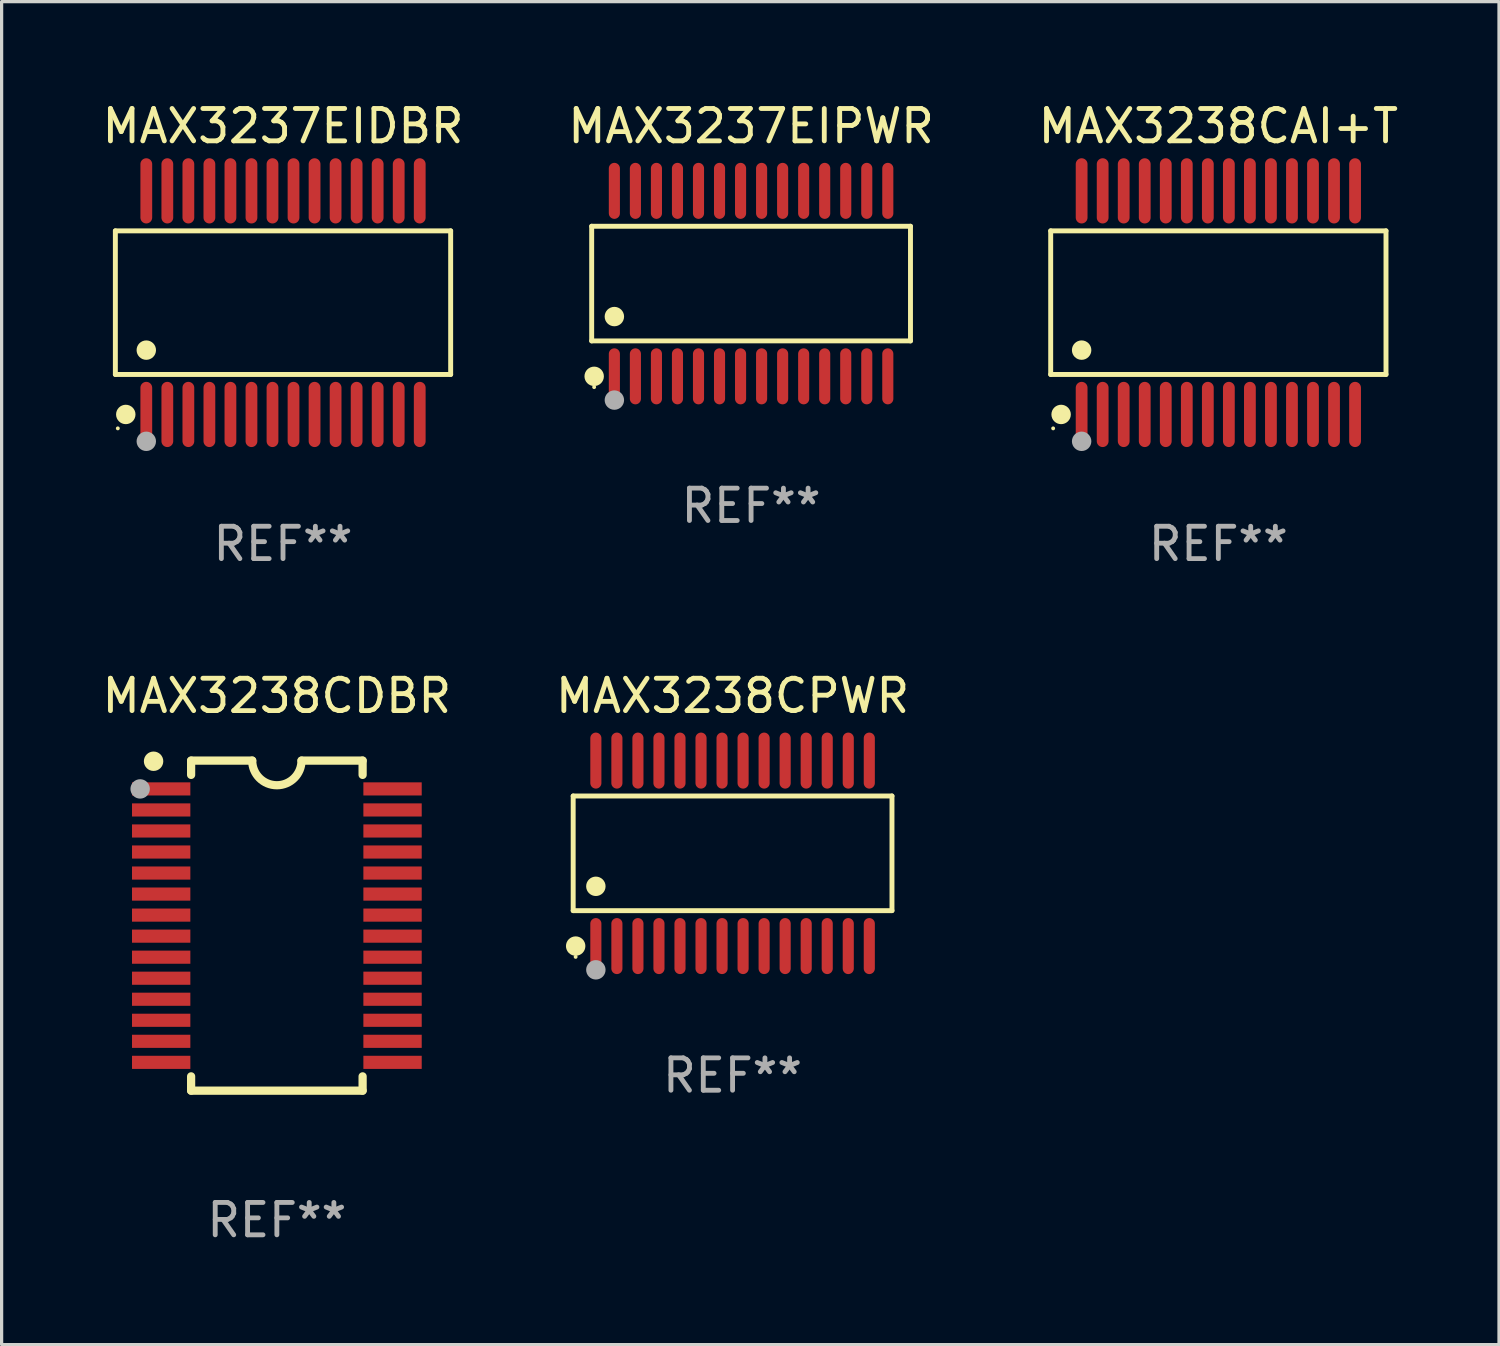
<source format=kicad_pcb>
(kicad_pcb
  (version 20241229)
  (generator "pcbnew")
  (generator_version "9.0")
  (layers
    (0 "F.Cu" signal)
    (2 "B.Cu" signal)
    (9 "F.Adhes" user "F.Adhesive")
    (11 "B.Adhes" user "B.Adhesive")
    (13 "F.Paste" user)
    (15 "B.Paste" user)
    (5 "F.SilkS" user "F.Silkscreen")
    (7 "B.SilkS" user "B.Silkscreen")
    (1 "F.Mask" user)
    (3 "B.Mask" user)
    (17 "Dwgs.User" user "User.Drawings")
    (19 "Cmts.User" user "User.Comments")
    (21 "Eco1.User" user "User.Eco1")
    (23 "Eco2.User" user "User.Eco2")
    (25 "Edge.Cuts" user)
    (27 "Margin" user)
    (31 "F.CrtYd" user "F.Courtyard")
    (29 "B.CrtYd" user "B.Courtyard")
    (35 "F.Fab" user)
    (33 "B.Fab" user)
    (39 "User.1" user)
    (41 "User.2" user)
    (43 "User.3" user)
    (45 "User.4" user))
  (footprint "MAX3238CPWR"
    (layer "F.Cu")
    (at 19.589 23.321)
    (property "Reference" "MAX3238CPWR" (at 0 -4.866 0) (layer "F.SilkS") (effects (font (size 1 1) (thickness 0.15))))
    (attr through_hole)
    (fp_line (start -4.926 -1.772) (end 4.926 -1.772) (stroke (width 0.152) (type solid)) (layer "F.SilkS"))
    (fp_line (start -4.926 1.771) (end -4.926 -1.772) (stroke (width 0.152) (type solid)) (layer "F.SilkS"))
    (fp_line (start 4.926 -1.772) (end 4.926 1.771) (stroke (width 0.152) (type solid)) (layer "F.SilkS"))
    (fp_line (start 4.926 1.771) (end -4.926 1.771) (stroke (width 0.152) (type solid)) (layer "F.SilkS"))
    (fp_circle (center -4.85 3.2) (end -4.82 3.2) (stroke (width 0.06) (type solid)) (fill no) (layer "F.SilkS"))
    (fp_circle (center -4.849 2.866) (end -4.699 2.866) (stroke (width 0.3) (type solid)) (fill no) (layer "F.SilkS"))
    (fp_circle (center -4.225 1.019) (end -4.075 1.019) (stroke (width 0.3) (type solid)) (fill no) (layer "F.SilkS"))
    (fp_circle (center -4.225 3.6) (end -4.075 3.6) (stroke (width 0.3) (type solid)) (fill no) (layer "F.Fab"))
    (fp_text user "REF**" (at 0 6.866 0) (layer "F.Fab") (effects (font (size 1 1) (thickness 0.15))))
    (pad "1" smd oval (at -4.225 2.866) (size 0.343 1.731) (layers "F.Cu" "F.Mask" "F.Paste"))
    (pad "2" smd oval (at -3.575 2.866) (size 0.343 1.731) (layers "F.Cu" "F.Mask" "F.Paste"))
    (pad "3" smd oval (at -2.925 2.866) (size 0.343 1.731) (layers "F.Cu" "F.Mask" "F.Paste"))
    (pad "4" smd oval (at -2.275 2.866) (size 0.343 1.731) (layers "F.Cu" "F.Mask" "F.Paste"))
    (pad "5" smd oval (at -1.625 2.866) (size 0.343 1.731) (layers "F.Cu" "F.Mask" "F.Paste"))
    (pad "6" smd oval (at -0.975 2.866) (size 0.343 1.731) (layers "F.Cu" "F.Mask" "F.Paste"))
    (pad "7" smd oval (at -0.325 2.866) (size 0.343 1.731) (layers "F.Cu" "F.Mask" "F.Paste"))
    (pad "8" smd oval (at 0.325 2.866) (size 0.343 1.731) (layers "F.Cu" "F.Mask" "F.Paste"))
    (pad "9" smd oval (at 0.975 2.866) (size 0.343 1.731) (layers "F.Cu" "F.Mask" "F.Paste"))
    (pad "10" smd oval (at 1.625 2.866) (size 0.343 1.731) (layers "F.Cu" "F.Mask" "F.Paste"))
    (pad "11" smd oval (at 2.275 2.866) (size 0.343 1.731) (layers "F.Cu" "F.Mask" "F.Paste"))
    (pad "12" smd oval (at 2.925 2.866) (size 0.343 1.731) (layers "F.Cu" "F.Mask" "F.Paste"))
    (pad "13" smd oval (at 3.575 2.866) (size 0.343 1.731) (layers "F.Cu" "F.Mask" "F.Paste"))
    (pad "14" smd oval (at 4.225 2.866) (size 0.343 1.731) (layers "F.Cu" "F.Mask" "F.Paste"))
    (pad "15" smd oval (at 4.225 -2.866) (size 0.343 1.731) (layers "F.Cu" "F.Mask" "F.Paste"))
    (pad "16" smd oval (at 3.575 -2.866) (size 0.343 1.731) (layers "F.Cu" "F.Mask" "F.Paste"))
    (pad "17" smd oval (at 2.925 -2.866) (size 0.343 1.731) (layers "F.Cu" "F.Mask" "F.Paste"))
    (pad "18" smd oval (at 2.275 -2.866) (size 0.343 1.731) (layers "F.Cu" "F.Mask" "F.Paste"))
    (pad "19" smd oval (at 1.625 -2.866) (size 0.343 1.731) (layers "F.Cu" "F.Mask" "F.Paste"))
    (pad "20" smd oval (at 0.975 -2.866) (size 0.343 1.731) (layers "F.Cu" "F.Mask" "F.Paste"))
    (pad "21" smd oval (at 0.325 -2.866) (size 0.343 1.731) (layers "F.Cu" "F.Mask" "F.Paste"))
    (pad "22" smd oval (at -0.325 -2.866) (size 0.343 1.731) (layers "F.Cu" "F.Mask" "F.Paste"))
    (pad "23" smd oval (at -0.975 -2.866) (size 0.343 1.731) (layers "F.Cu" "F.Mask" "F.Paste"))
    (pad "24" smd oval (at -1.625 -2.866) (size 0.343 1.731) (layers "F.Cu" "F.Mask" "F.Paste"))
    (pad "25" smd oval (at -2.275 -2.866) (size 0.343 1.731) (layers "F.Cu" "F.Mask" "F.Paste"))
    (pad "26" smd oval (at -2.925 -2.866) (size 0.343 1.731) (layers "F.Cu" "F.Mask" "F.Paste"))
    (pad "27" smd oval (at -3.575 -2.866) (size 0.343 1.731) (layers "F.Cu" "F.Mask" "F.Paste"))
    (pad "28" smd oval (at -4.225 -2.866) (size 0.343 1.731) (layers "F.Cu" "F.Mask" "F.Paste")))
  (footprint "MAX3238CAI+T"
    (layer "F.Cu")
    (at 34.601 6.303)
    (property "Reference" "MAX3238CAI+T" (at 0 -5.455 0) (layer "F.SilkS") (effects (font (size 1 1) (thickness 0.15))))
    (attr through_hole)
    (fp_line (start -5.181 -2.219) (end 5.181 -2.219) (stroke (width 0.152) (type solid)) (layer "F.SilkS"))
    (fp_line (start -5.181 2.219) (end -5.181 -2.219) (stroke (width 0.152) (type solid)) (layer "F.SilkS"))
    (fp_line (start 5.181 -2.219) (end 5.181 2.219) (stroke (width 0.152) (type solid)) (layer "F.SilkS"))
    (fp_line (start 5.181 2.219) (end -5.181 2.219) (stroke (width 0.152) (type solid)) (layer "F.SilkS"))
    (fp_circle (center -5.105 3.885) (end -5.075 3.885) (stroke (width 0.06) (type solid)) (fill no) (layer "F.SilkS"))
    (fp_circle (center -4.859 3.455) (end -4.709 3.455) (stroke (width 0.3) (type solid)) (fill no) (layer "F.SilkS"))
    (fp_circle (center -4.225 1.467) (end -4.075 1.467) (stroke (width 0.3) (type solid)) (fill no) (layer "F.SilkS"))
    (fp_circle (center -4.225 4.285) (end -4.075 4.285) (stroke (width 0.3) (type solid)) (fill no) (layer "F.Fab"))
    (fp_text user "REF**" (at 0 7.455 0) (layer "F.Fab") (effects (font (size 1 1) (thickness 0.15))))
    (pad "1" smd oval (at -4.225 3.455) (size 0.364 2.015) (layers "F.Cu" "F.Mask" "F.Paste"))
    (pad "2" smd oval (at -3.575 3.455) (size 0.364 2.015) (layers "F.Cu" "F.Mask" "F.Paste"))
    (pad "3" smd oval (at -2.925 3.455) (size 0.364 2.015) (layers "F.Cu" "F.Mask" "F.Paste"))
    (pad "4" smd oval (at -2.275 3.455) (size 0.364 2.015) (layers "F.Cu" "F.Mask" "F.Paste"))
    (pad "5" smd oval (at -1.625 3.455) (size 0.364 2.015) (layers "F.Cu" "F.Mask" "F.Paste"))
    (pad "6" smd oval (at -0.975 3.455) (size 0.364 2.015) (layers "F.Cu" "F.Mask" "F.Paste"))
    (pad "7" smd oval (at -0.325 3.455) (size 0.364 2.015) (layers "F.Cu" "F.Mask" "F.Paste"))
    (pad "8" smd oval (at 0.325 3.455) (size 0.364 2.015) (layers "F.Cu" "F.Mask" "F.Paste"))
    (pad "9" smd oval (at 0.975 3.455) (size 0.364 2.015) (layers "F.Cu" "F.Mask" "F.Paste"))
    (pad "10" smd oval (at 1.625 3.455) (size 0.364 2.015) (layers "F.Cu" "F.Mask" "F.Paste"))
    (pad "11" smd oval (at 2.275 3.455) (size 0.364 2.015) (layers "F.Cu" "F.Mask" "F.Paste"))
    (pad "12" smd oval (at 2.925 3.455) (size 0.364 2.015) (layers "F.Cu" "F.Mask" "F.Paste"))
    (pad "13" smd oval (at 3.575 3.455) (size 0.364 2.015) (layers "F.Cu" "F.Mask" "F.Paste"))
    (pad "14" smd oval (at 4.225 3.455) (size 0.364 2.015) (layers "F.Cu" "F.Mask" "F.Paste"))
    (pad "15" smd oval (at 4.225 -3.455) (size 0.364 2.015) (layers "F.Cu" "F.Mask" "F.Paste"))
    (pad "16" smd oval (at 3.575 -3.455) (size 0.364 2.015) (layers "F.Cu" "F.Mask" "F.Paste"))
    (pad "17" smd oval (at 2.925 -3.455) (size 0.364 2.015) (layers "F.Cu" "F.Mask" "F.Paste"))
    (pad "18" smd oval (at 2.275 -3.455) (size 0.364 2.015) (layers "F.Cu" "F.Mask" "F.Paste"))
    (pad "19" smd oval (at 1.625 -3.455) (size 0.364 2.015) (layers "F.Cu" "F.Mask" "F.Paste"))
    (pad "20" smd oval (at 0.975 -3.455) (size 0.364 2.015) (layers "F.Cu" "F.Mask" "F.Paste"))
    (pad "21" smd oval (at 0.325 -3.455) (size 0.364 2.015) (layers "F.Cu" "F.Mask" "F.Paste"))
    (pad "22" smd oval (at -0.325 -3.455) (size 0.364 2.015) (layers "F.Cu" "F.Mask" "F.Paste"))
    (pad "23" smd oval (at -0.975 -3.455) (size 0.364 2.015) (layers "F.Cu" "F.Mask" "F.Paste"))
    (pad "24" smd oval (at -1.625 -3.455) (size 0.364 2.015) (layers "F.Cu" "F.Mask" "F.Paste"))
    (pad "25" smd oval (at -2.275 -3.455) (size 0.364 2.015) (layers "F.Cu" "F.Mask" "F.Paste"))
    (pad "26" smd oval (at -2.925 -3.455) (size 0.364 2.015) (layers "F.Cu" "F.Mask" "F.Paste"))
    (pad "27" smd oval (at -3.575 -3.455) (size 0.364 2.015) (layers "F.Cu" "F.Mask" "F.Paste"))
    (pad "28" smd oval (at -4.225 -3.455) (size 0.364 2.015) (layers "F.Cu" "F.Mask" "F.Paste")))
  (footprint "MAX3237EIPWR"
    (layer "F.Cu")
    (at 20.161 5.714)
    (property "Reference" "MAX3237EIPWR" (at 0 -4.866 0) (layer "F.SilkS") (effects (font (size 1 1) (thickness 0.15))))
    (attr through_hole)
    (fp_line (start -4.926 -1.772) (end 4.926 -1.772) (stroke (width 0.152) (type solid)) (layer "F.SilkS"))
    (fp_line (start -4.926 1.771) (end -4.926 -1.772) (stroke (width 0.152) (type solid)) (layer "F.SilkS"))
    (fp_line (start 4.926 -1.772) (end 4.926 1.771) (stroke (width 0.152) (type solid)) (layer "F.SilkS"))
    (fp_line (start 4.926 1.771) (end -4.926 1.771) (stroke (width 0.152) (type solid)) (layer "F.SilkS"))
    (fp_circle (center -4.85 3.2) (end -4.82 3.2) (stroke (width 0.06) (type solid)) (fill no) (layer "F.SilkS"))
    (fp_circle (center -4.849 2.866) (end -4.699 2.866) (stroke (width 0.3) (type solid)) (fill no) (layer "F.SilkS"))
    (fp_circle (center -4.225 1.019) (end -4.075 1.019) (stroke (width 0.3) (type solid)) (fill no) (layer "F.SilkS"))
    (fp_circle (center -4.225 3.6) (end -4.075 3.6) (stroke (width 0.3) (type solid)) (fill no) (layer "F.Fab"))
    (fp_text user "REF**" (at 0 6.866 0) (layer "F.Fab") (effects (font (size 1 1) (thickness 0.15))))
    (pad "1" smd oval (at -4.225 2.866) (size 0.343 1.731) (layers "F.Cu" "F.Mask" "F.Paste"))
    (pad "2" smd oval (at -3.575 2.866) (size 0.343 1.731) (layers "F.Cu" "F.Mask" "F.Paste"))
    (pad "3" smd oval (at -2.925 2.866) (size 0.343 1.731) (layers "F.Cu" "F.Mask" "F.Paste"))
    (pad "4" smd oval (at -2.275 2.866) (size 0.343 1.731) (layers "F.Cu" "F.Mask" "F.Paste"))
    (pad "5" smd oval (at -1.625 2.866) (size 0.343 1.731) (layers "F.Cu" "F.Mask" "F.Paste"))
    (pad "6" smd oval (at -0.975 2.866) (size 0.343 1.731) (layers "F.Cu" "F.Mask" "F.Paste"))
    (pad "7" smd oval (at -0.325 2.866) (size 0.343 1.731) (layers "F.Cu" "F.Mask" "F.Paste"))
    (pad "8" smd oval (at 0.325 2.866) (size 0.343 1.731) (layers "F.Cu" "F.Mask" "F.Paste"))
    (pad "9" smd oval (at 0.975 2.866) (size 0.343 1.731) (layers "F.Cu" "F.Mask" "F.Paste"))
    (pad "10" smd oval (at 1.625 2.866) (size 0.343 1.731) (layers "F.Cu" "F.Mask" "F.Paste"))
    (pad "11" smd oval (at 2.275 2.866) (size 0.343 1.731) (layers "F.Cu" "F.Mask" "F.Paste"))
    (pad "12" smd oval (at 2.925 2.866) (size 0.343 1.731) (layers "F.Cu" "F.Mask" "F.Paste"))
    (pad "13" smd oval (at 3.575 2.866) (size 0.343 1.731) (layers "F.Cu" "F.Mask" "F.Paste"))
    (pad "14" smd oval (at 4.225 2.866) (size 0.343 1.731) (layers "F.Cu" "F.Mask" "F.Paste"))
    (pad "15" smd oval (at 4.225 -2.866) (size 0.343 1.731) (layers "F.Cu" "F.Mask" "F.Paste"))
    (pad "16" smd oval (at 3.575 -2.866) (size 0.343 1.731) (layers "F.Cu" "F.Mask" "F.Paste"))
    (pad "17" smd oval (at 2.925 -2.866) (size 0.343 1.731) (layers "F.Cu" "F.Mask" "F.Paste"))
    (pad "18" smd oval (at 2.275 -2.866) (size 0.343 1.731) (layers "F.Cu" "F.Mask" "F.Paste"))
    (pad "19" smd oval (at 1.625 -2.866) (size 0.343 1.731) (layers "F.Cu" "F.Mask" "F.Paste"))
    (pad "20" smd oval (at 0.975 -2.866) (size 0.343 1.731) (layers "F.Cu" "F.Mask" "F.Paste"))
    (pad "21" smd oval (at 0.325 -2.866) (size 0.343 1.731) (layers "F.Cu" "F.Mask" "F.Paste"))
    (pad "22" smd oval (at -0.325 -2.866) (size 0.343 1.731) (layers "F.Cu" "F.Mask" "F.Paste"))
    (pad "23" smd oval (at -0.975 -2.866) (size 0.343 1.731) (layers "F.Cu" "F.Mask" "F.Paste"))
    (pad "24" smd oval (at -1.625 -2.866) (size 0.343 1.731) (layers "F.Cu" "F.Mask" "F.Paste"))
    (pad "25" smd oval (at -2.275 -2.866) (size 0.343 1.731) (layers "F.Cu" "F.Mask" "F.Paste"))
    (pad "26" smd oval (at -2.925 -2.866) (size 0.343 1.731) (layers "F.Cu" "F.Mask" "F.Paste"))
    (pad "27" smd oval (at -3.575 -2.866) (size 0.343 1.731) (layers "F.Cu" "F.Mask" "F.Paste"))
    (pad "28" smd oval (at -4.225 -2.866) (size 0.343 1.731) (layers "F.Cu" "F.Mask" "F.Paste")))
  (footprint "MAX3237EIDBR"
    (layer "F.Cu")
    (at 5.696 6.303)
    (property "Reference" "MAX3237EIDBR" (at 0 -5.455 0) (layer "F.SilkS") (effects (font (size 1 1) (thickness 0.15))))
    (attr through_hole)
    (fp_line (start -5.181 -2.219) (end 5.181 -2.219) (stroke (width 0.152) (type solid)) (layer "F.SilkS"))
    (fp_line (start -5.181 2.219) (end -5.181 -2.219) (stroke (width 0.152) (type solid)) (layer "F.SilkS"))
    (fp_line (start 5.181 -2.219) (end 5.181 2.219) (stroke (width 0.152) (type solid)) (layer "F.SilkS"))
    (fp_line (start 5.181 2.219) (end -5.181 2.219) (stroke (width 0.152) (type solid)) (layer "F.SilkS"))
    (fp_circle (center -5.105 3.885) (end -5.075 3.885) (stroke (width 0.06) (type solid)) (fill no) (layer "F.SilkS"))
    (fp_circle (center -4.859 3.455) (end -4.709 3.455) (stroke (width 0.3) (type solid)) (fill no) (layer "F.SilkS"))
    (fp_circle (center -4.225 1.467) (end -4.075 1.467) (stroke (width 0.3) (type solid)) (fill no) (layer "F.SilkS"))
    (fp_circle (center -4.225 4.285) (end -4.075 4.285) (stroke (width 0.3) (type solid)) (fill no) (layer "F.Fab"))
    (fp_text user "REF**" (at 0 7.455 0) (layer "F.Fab") (effects (font (size 1 1) (thickness 0.15))))
    (pad "1" smd oval (at -4.225 3.455) (size 0.364 2.015) (layers "F.Cu" "F.Mask" "F.Paste"))
    (pad "2" smd oval (at -3.575 3.455) (size 0.364 2.015) (layers "F.Cu" "F.Mask" "F.Paste"))
    (pad "3" smd oval (at -2.925 3.455) (size 0.364 2.015) (layers "F.Cu" "F.Mask" "F.Paste"))
    (pad "4" smd oval (at -2.275 3.455) (size 0.364 2.015) (layers "F.Cu" "F.Mask" "F.Paste"))
    (pad "5" smd oval (at -1.625 3.455) (size 0.364 2.015) (layers "F.Cu" "F.Mask" "F.Paste"))
    (pad "6" smd oval (at -0.975 3.455) (size 0.364 2.015) (layers "F.Cu" "F.Mask" "F.Paste"))
    (pad "7" smd oval (at -0.325 3.455) (size 0.364 2.015) (layers "F.Cu" "F.Mask" "F.Paste"))
    (pad "8" smd oval (at 0.325 3.455) (size 0.364 2.015) (layers "F.Cu" "F.Mask" "F.Paste"))
    (pad "9" smd oval (at 0.975 3.455) (size 0.364 2.015) (layers "F.Cu" "F.Mask" "F.Paste"))
    (pad "10" smd oval (at 1.625 3.455) (size 0.364 2.015) (layers "F.Cu" "F.Mask" "F.Paste"))
    (pad "11" smd oval (at 2.275 3.455) (size 0.364 2.015) (layers "F.Cu" "F.Mask" "F.Paste"))
    (pad "12" smd oval (at 2.925 3.455) (size 0.364 2.015) (layers "F.Cu" "F.Mask" "F.Paste"))
    (pad "13" smd oval (at 3.575 3.455) (size 0.364 2.015) (layers "F.Cu" "F.Mask" "F.Paste"))
    (pad "14" smd oval (at 4.225 3.455) (size 0.364 2.015) (layers "F.Cu" "F.Mask" "F.Paste"))
    (pad "15" smd oval (at 4.225 -3.455) (size 0.364 2.015) (layers "F.Cu" "F.Mask" "F.Paste"))
    (pad "16" smd oval (at 3.575 -3.455) (size 0.364 2.015) (layers "F.Cu" "F.Mask" "F.Paste"))
    (pad "17" smd oval (at 2.925 -3.455) (size 0.364 2.015) (layers "F.Cu" "F.Mask" "F.Paste"))
    (pad "18" smd oval (at 2.275 -3.455) (size 0.364 2.015) (layers "F.Cu" "F.Mask" "F.Paste"))
    (pad "19" smd oval (at 1.625 -3.455) (size 0.364 2.015) (layers "F.Cu" "F.Mask" "F.Paste"))
    (pad "20" smd oval (at 0.975 -3.455) (size 0.364 2.015) (layers "F.Cu" "F.Mask" "F.Paste"))
    (pad "21" smd oval (at 0.325 -3.455) (size 0.364 2.015) (layers "F.Cu" "F.Mask" "F.Paste"))
    (pad "22" smd oval (at -0.325 -3.455) (size 0.364 2.015) (layers "F.Cu" "F.Mask" "F.Paste"))
    (pad "23" smd oval (at -0.975 -3.455) (size 0.364 2.015) (layers "F.Cu" "F.Mask" "F.Paste"))
    (pad "24" smd oval (at -1.625 -3.455) (size 0.364 2.015) (layers "F.Cu" "F.Mask" "F.Paste"))
    (pad "25" smd oval (at -2.275 -3.455) (size 0.364 2.015) (layers "F.Cu" "F.Mask" "F.Paste"))
    (pad "26" smd oval (at -2.925 -3.455) (size 0.364 2.015) (layers "F.Cu" "F.Mask" "F.Paste"))
    (pad "27" smd oval (at -3.575 -3.455) (size 0.364 2.015) (layers "F.Cu" "F.Mask" "F.Paste"))
    (pad "28" smd oval (at -4.225 -3.455) (size 0.364 2.015) (layers "F.Cu" "F.Mask" "F.Paste")))
  (footprint "MAX3238CDBR"
    (layer "F.Cu")
    (at 5.506 25.555)
    (property "Reference" "MAX3238CDBR" (at 0 -7.1 0) (layer "F.SilkS") (effects (font (size 1 1) (thickness 0.15))))
    (attr through_hole)
    (fp_line (start -2.65 -5.1) (end -0.762 -5.1) (stroke (width 0.254) (type solid)) (layer "F.SilkS"))
    (fp_line (start -2.65 -4.658) (end -2.65 -5.1) (stroke (width 0.254) (type solid)) (layer "F.SilkS"))
    (fp_line (start -2.65 5.1) (end -2.65 4.658) (stroke (width 0.254) (type solid)) (layer "F.SilkS"))
    (fp_line (start -2.65 5.1) (end 2.65 5.1) (stroke (width 0.254) (type solid)) (layer "F.SilkS"))
    (fp_line (start 2.65 -5.1) (end 0.762 -5.1) (stroke (width 0.254) (type solid)) (layer "F.SilkS"))
    (fp_line (start 2.65 -5.1) (end 2.65 -4.658) (stroke (width 0.254) (type solid)) (layer "F.SilkS"))
    (fp_line (start 2.65 4.658) (end 2.65 5.1) (stroke (width 0.254) (type solid)) (layer "F.SilkS"))
    (fp_arc (start 0.761925 -5.1) (mid -0.000241 -4.338329) (end -0.762077 -5.10033) (stroke (width 0.254001) (type solid)) (layer "F.SilkS"))
    (fp_circle (center -3.858 -5.07) (end -3.828 -5.07) (stroke (width 0.06) (type solid)) (fill no) (layer "F.SilkS"))
    (fp_circle (center -3.81 -5.08) (end -3.66 -5.08) (stroke (width 0.3) (type solid)) (fill no) (layer "F.SilkS"))
    (fp_circle (center -4.225 -4.225) (end -4.075 -4.225) (stroke (width 0.3) (type solid)) (fill no) (layer "F.Fab"))
    (fp_text user "REF**" (at 0 9.1 0) (layer "F.Fab") (effects (font (size 1 1) (thickness 0.15))))
    (pad "1" smd rect (at -3.575 -4.225) (size 1.803 0.406) (layers "F.Cu" "F.Mask" "F.Paste"))
    (pad "2" smd rect (at -3.575 -3.575) (size 1.803 0.406) (layers "F.Cu" "F.Mask" "F.Paste"))
    (pad "3" smd rect (at -3.575 -2.925) (size 1.803 0.406) (layers "F.Cu" "F.Mask" "F.Paste"))
    (pad "4" smd rect (at -3.575 -2.275) (size 1.803 0.406) (layers "F.Cu" "F.Mask" "F.Paste"))
    (pad "5" smd rect (at -3.575 -1.625) (size 1.803 0.406) (layers "F.Cu" "F.Mask" "F.Paste"))
    (pad "6" smd rect (at -3.575 -0.975) (size 1.803 0.406) (layers "F.Cu" "F.Mask" "F.Paste"))
    (pad "7" smd rect (at -3.575 -0.325) (size 1.803 0.406) (layers "F.Cu" "F.Mask" "F.Paste"))
    (pad "8" smd rect (at -3.575 0.325) (size 1.803 0.406) (layers "F.Cu" "F.Mask" "F.Paste"))
    (pad "9" smd rect (at -3.575 0.975) (size 1.803 0.406) (layers "F.Cu" "F.Mask" "F.Paste"))
    (pad "10" smd rect (at -3.575 1.625) (size 1.803 0.406) (layers "F.Cu" "F.Mask" "F.Paste"))
    (pad "11" smd rect (at -3.575 2.275) (size 1.803 0.406) (layers "F.Cu" "F.Mask" "F.Paste"))
    (pad "12" smd rect (at -3.575 2.925) (size 1.803 0.406) (layers "F.Cu" "F.Mask" "F.Paste"))
    (pad "13" smd rect (at -3.575 3.575) (size 1.803 0.406) (layers "F.Cu" "F.Mask" "F.Paste"))
    (pad "14" smd rect (at -3.575 4.225) (size 1.803 0.406) (layers "F.Cu" "F.Mask" "F.Paste"))
    (pad "15" smd rect (at 3.575 4.225) (size 1.803 0.406) (layers "F.Cu" "F.Mask" "F.Paste"))
    (pad "16" smd rect (at 3.575 3.575) (size 1.803 0.406) (layers "F.Cu" "F.Mask" "F.Paste"))
    (pad "17" smd rect (at 3.575 2.925) (size 1.803 0.406) (layers "F.Cu" "F.Mask" "F.Paste"))
    (pad "18" smd rect (at 3.575 2.275) (size 1.803 0.406) (layers "F.Cu" "F.Mask" "F.Paste"))
    (pad "19" smd rect (at 3.575 1.625) (size 1.803 0.406) (layers "F.Cu" "F.Mask" "F.Paste"))
    (pad "20" smd rect (at 3.575 0.975) (size 1.803 0.406) (layers "F.Cu" "F.Mask" "F.Paste"))
    (pad "21" smd rect (at 3.575 0.325) (size 1.803 0.406) (layers "F.Cu" "F.Mask" "F.Paste"))
    (pad "22" smd rect (at 3.575 -0.325) (size 1.803 0.406) (layers "F.Cu" "F.Mask" "F.Paste"))
    (pad "23" smd rect (at 3.575 -0.975) (size 1.803 0.406) (layers "F.Cu" "F.Mask" "F.Paste"))
    (pad "24" smd rect (at 3.575 -1.625) (size 1.803 0.406) (layers "F.Cu" "F.Mask" "F.Paste"))
    (pad "25" smd rect (at 3.575 -2.275) (size 1.803 0.406) (layers "F.Cu" "F.Mask" "F.Paste"))
    (pad "26" smd rect (at 3.575 -2.925) (size 1.803 0.406) (layers "F.Cu" "F.Mask" "F.Paste"))
    (pad "27" smd rect (at 3.575 -3.575) (size 1.803 0.406) (layers "F.Cu" "F.Mask" "F.Paste"))
    (pad "28" smd rect (at 3.575 -4.225) (size 1.803 0.406) (layers "F.Cu" "F.Mask" "F.Paste")))
  (gr_rect
    (start -3 -3)
    (end 43.274 38.503)
    (stroke (width 0.1) (type default))
    (fill no)
    (layer "Edge.Cuts")))
</source>
